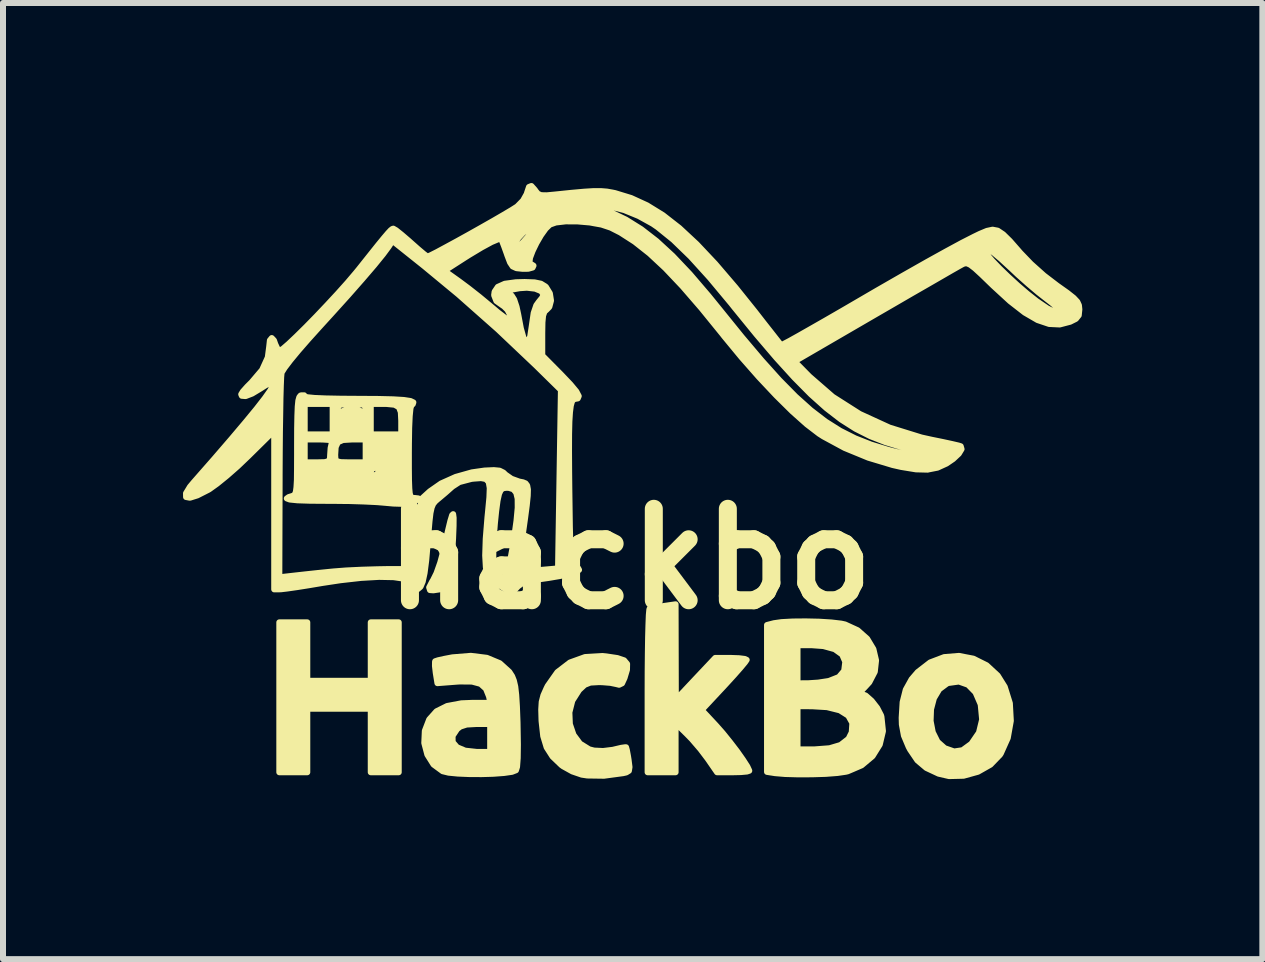
<source format=kicad_pcb>
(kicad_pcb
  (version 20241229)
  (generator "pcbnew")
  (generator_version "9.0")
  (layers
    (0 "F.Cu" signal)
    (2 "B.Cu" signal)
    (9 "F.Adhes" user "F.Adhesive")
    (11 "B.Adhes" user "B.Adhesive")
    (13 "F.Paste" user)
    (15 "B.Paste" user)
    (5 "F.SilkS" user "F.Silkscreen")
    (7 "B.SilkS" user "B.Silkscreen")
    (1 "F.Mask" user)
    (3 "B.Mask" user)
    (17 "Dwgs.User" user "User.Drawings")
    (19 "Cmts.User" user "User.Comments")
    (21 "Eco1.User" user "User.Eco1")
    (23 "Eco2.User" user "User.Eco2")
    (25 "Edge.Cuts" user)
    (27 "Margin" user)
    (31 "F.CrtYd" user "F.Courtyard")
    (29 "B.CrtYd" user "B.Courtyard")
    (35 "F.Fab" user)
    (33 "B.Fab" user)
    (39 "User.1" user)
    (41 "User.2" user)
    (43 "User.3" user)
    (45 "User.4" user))
  (footprint "hackbo"
    (layer "F.Cu")
    (at 7.447 6.264)
    (property "Reference" "hackbo" (at 0 0 0) (layer "F.SilkS") (effects (font (size 1.524 1.524) (thickness 0.3))))
    (attr through_hole)
    (fp_poly (pts (xy -2.937 -0.684) (xy -2.938 -0.548) (xy -2.946 -0.344) (xy -2.964 -0.047) (xy -2.989 0.176) (xy -3.024 0.334) (xy -3.072 0.437) (xy -3.136 0.494) (xy -3.175 0.509) (xy -3.274 0.524) (xy -3.331 0.52) (xy -3.345 0.476) (xy -3.295 0.378) (xy -3.28 0.355) (xy -3.223 0.24) (xy -3.161 0.065) (xy -3.105 -0.142) (xy -3.091 -0.203) (xy -3.033 -0.46) (xy -2.991 -0.634) (xy -2.962 -0.729) (xy -2.945 -0.745) (xy -2.937 -0.684)) (stroke (width 0.1) (type solid)) (fill yes) (layer "F.SilkS"))
    (fp_poly (pts (xy -3.852 3.556) (xy -4.085 3.556) (xy -4.318 3.556) (xy -4.318 3.027) (xy -4.318 2.498) (xy -4.847 2.498) (xy -5.376 2.498) (xy -5.376 3.027) (xy -5.376 3.556) (xy -5.609 3.556) (xy -5.842 3.556) (xy -5.842 2.307) (xy -5.842 1.058) (xy -5.609 1.058) (xy -5.376 1.058) (xy -5.376 1.545) (xy -5.376 2.032) (xy -4.847 2.032) (xy -4.318 2.032) (xy -4.318 1.545) (xy -4.318 1.058) (xy -4.085 1.058) (xy -3.852 1.058) (xy -3.852 2.307) (xy -3.852 3.556)) (stroke (width 0.1) (type solid)) (fill yes) (layer "F.SilkS"))
    (fp_poly (pts (xy 1.99 3.531) (xy 1.951 3.544) (xy 1.85 3.553) (xy 1.722 3.556) (xy 1.453 3.556) (xy 1.3 3.334) (xy 1.178 3.173) (xy 1.034 3.005) (xy 0.954 2.923) (xy 0.762 2.734) (xy 0.762 3.145) (xy 0.762 3.556) (xy 0.529 3.556) (xy 0.296 3.556) (xy 0.296 2.204) (xy 0.297 1.874) (xy 0.3 1.572) (xy 0.304 1.309) (xy 0.31 1.093) (xy 0.316 0.937) (xy 0.324 0.849) (xy 0.328 0.833) (xy 0.386 0.817) (xy 0.496 0.796) (xy 0.561 0.786) (xy 0.762 0.757) (xy 0.764 1.553) (xy 0.766 2.349) (xy 1.094 2) (xy 1.423 1.651) (xy 1.685 1.651) (xy 1.821 1.656) (xy 1.916 1.668) (xy 1.947 1.683) (xy 1.919 1.724) (xy 1.844 1.814) (xy 1.733 1.94) (xy 1.596 2.09) (xy 1.571 2.117) (xy 1.196 2.519) (xy 1.434 2.774) (xy 1.547 2.902) (xy 1.668 3.052) (xy 1.786 3.206) (xy 1.886 3.348) (xy 1.958 3.46) (xy 1.989 3.527) (xy 1.99 3.531)) (stroke (width 0.1) (type solid)) (fill yes) (layer "F.SilkS"))
    (fp_poly (pts (xy 6.349 2.699) (xy 6.298 2.985) (xy 6.183 3.242) (xy 6.168 3.265) (xy 6.01 3.429) (xy 5.871 3.508) (xy 5.871 2.678) (xy 5.848 2.435) (xy 5.843 2.416) (xy 5.76 2.224) (xy 5.637 2.098) (xy 5.484 2.044) (xy 5.31 2.068) (xy 5.285 2.077) (xy 5.156 2.173) (xy 5.067 2.323) (xy 5.019 2.506) (xy 5.012 2.702) (xy 5.048 2.889) (xy 5.127 3.048) (xy 5.247 3.155) (xy 5.404 3.21) (xy 5.544 3.189) (xy 5.684 3.087) (xy 5.693 3.079) (xy 5.818 2.896) (xy 5.871 2.678) (xy 5.871 3.508) (xy 5.8 3.548) (xy 5.562 3.614) (xy 5.32 3.62) (xy 5.146 3.58) (xy 4.941 3.484) (xy 4.792 3.358) (xy 4.67 3.178) (xy 4.646 3.133) (xy 4.567 2.945) (xy 4.533 2.76) (xy 4.53 2.649) (xy 4.546 2.387) (xy 4.598 2.181) (xy 4.695 2.006) (xy 4.797 1.887) (xy 5.005 1.726) (xy 5.239 1.637) (xy 5.484 1.617) (xy 5.724 1.663) (xy 5.945 1.773) (xy 6.13 1.944) (xy 6.248 2.133) (xy 6.333 2.406) (xy 6.349 2.699)) (stroke (width 0.1) (type solid)) (fill yes) (layer "F.SilkS"))
    (fp_poly (pts (xy -0.006 3.47) (xy -0.016 3.532) (xy -0.06 3.559) (xy -0.112 3.571) (xy -0.431 3.614) (xy -0.709 3.61) (xy -0.802 3.596) (xy -0.959 3.542) (xy -1.112 3.457) (xy -1.141 3.436) (xy -1.289 3.294) (xy -1.387 3.141) (xy -1.444 2.953) (xy -1.471 2.707) (xy -1.472 2.692) (xy -1.477 2.511) (xy -1.469 2.382) (xy -1.441 2.274) (xy -1.388 2.155) (xy -1.369 2.117) (xy -1.208 1.888) (xy -0.998 1.727) (xy -0.746 1.636) (xy -0.457 1.619) (xy -0.395 1.625) (xy -0.209 1.653) (xy -0.096 1.691) (xy -0.046 1.751) (xy -0.048 1.848) (xy -0.089 1.985) (xy -0.13 2.074) (xy -0.179 2.098) (xy -0.227 2.086) (xy -0.324 2.066) (xy -0.461 2.055) (xy -0.522 2.054) (xy -0.66 2.062) (xy -0.753 2.099) (xy -0.841 2.181) (xy -0.848 2.189) (xy -0.959 2.364) (xy -1.008 2.558) (xy -1 2.753) (xy -0.939 2.933) (xy -0.831 3.079) (xy -0.678 3.174) (xy -0.597 3.195) (xy -0.446 3.202) (xy -0.283 3.182) (xy -0.254 3.175) (xy -0.144 3.149) (xy -0.073 3.139) (xy -0.063 3.14) (xy -0.05 3.187) (xy -0.031 3.288) (xy -0.021 3.351) (xy -0.006 3.47)) (stroke (width 0.1) (type solid)) (fill yes) (layer "F.SilkS"))
    (fp_poly (pts (xy -1.866 3.095) (xy -1.869 3.321) (xy -1.88 3.465) (xy -1.898 3.523) (xy -1.965 3.549) (xy -2.097 3.568) (xy -2.273 3.581) (xy -2.328 3.583) (xy -2.328 3.217) (xy -2.328 2.985) (xy -2.328 2.752) (xy -2.561 2.752) (xy -2.721 2.761) (xy -2.826 2.795) (xy -2.879 2.836) (xy -2.955 2.951) (xy -2.953 3.055) (xy -2.881 3.139) (xy -2.746 3.196) (xy -2.555 3.217) (xy -2.552 3.217) (xy -2.328 3.217) (xy -2.328 3.583) (xy -2.474 3.587) (xy -2.679 3.586) (xy -2.868 3.578) (xy -3.021 3.563) (xy -3.119 3.539) (xy -3.121 3.538) (xy -3.272 3.427) (xy -3.375 3.263) (xy -3.426 3.069) (xy -3.417 2.866) (xy -3.344 2.676) (xy -3.343 2.675) (xy -3.222 2.54) (xy -3.045 2.452) (xy -2.806 2.407) (xy -2.632 2.4) (xy -2.323 2.399) (xy -2.348 2.29) (xy -2.399 2.163) (xy -2.488 2.083) (xy -2.629 2.045) (xy -2.833 2.043) (xy -2.884 2.046) (xy -3.207 2.071) (xy -3.235 1.898) (xy -3.248 1.786) (xy -3.247 1.715) (xy -3.244 1.706) (xy -3.196 1.69) (xy -3.088 1.666) (xy -2.957 1.641) (xy -2.65 1.616) (xy -2.384 1.649) (xy -2.168 1.739) (xy -2.009 1.883) (xy -1.962 1.956) (xy -1.933 2.029) (xy -1.91 2.128) (xy -1.894 2.268) (xy -1.882 2.463) (xy -1.872 2.725) (xy -1.871 2.787) (xy -1.866 3.095)) (stroke (width 0.1) (type solid)) (fill yes) (layer "F.SilkS"))
    (fp_poly (pts (xy 4.218 2.871) (xy 4.165 3.094) (xy 4.045 3.287) (xy 3.863 3.44) (xy 3.708 3.507) (xy 3.708 2.735) (xy 3.64 2.613) (xy 3.59 2.581) (xy 3.59 1.718) (xy 3.59 1.714) (xy 3.538 1.594) (xy 3.414 1.505) (xy 3.226 1.453) (xy 3.037 1.439) (xy 2.794 1.439) (xy 2.794 1.757) (xy 2.794 2.074) (xy 2.974 2.073) (xy 3.139 2.062) (xy 3.304 2.037) (xy 3.322 2.033) (xy 3.484 1.969) (xy 3.572 1.865) (xy 3.59 1.718) (xy 3.59 2.581) (xy 3.499 2.524) (xy 3.287 2.471) (xy 3.037 2.456) (xy 2.794 2.455) (xy 2.794 2.815) (xy 2.794 3.175) (xy 3.08 3.175) (xy 3.329 3.156) (xy 3.511 3.102) (xy 3.513 3.101) (xy 3.644 2.999) (xy 3.698 2.891) (xy 3.708 2.735) (xy 3.708 3.507) (xy 3.63 3.54) (xy 3.596 3.548) (xy 3.459 3.568) (xy 3.264 3.583) (xy 3.036 3.59) (xy 2.802 3.591) (xy 2.588 3.585) (xy 2.42 3.571) (xy 2.402 3.568) (xy 2.286 3.55) (xy 2.286 2.326) (xy 2.286 1.102) (xy 2.402 1.072) (xy 2.528 1.054) (xy 2.713 1.044) (xy 2.93 1.042) (xy 3.154 1.047) (xy 3.36 1.06) (xy 3.522 1.079) (xy 3.586 1.093) (xy 3.795 1.189) (xy 3.955 1.331) (xy 4.059 1.504) (xy 4.103 1.692) (xy 4.082 1.881) (xy 3.991 2.056) (xy 3.929 2.124) (xy 3.86 2.197) (xy 3.838 2.239) (xy 3.845 2.244) (xy 3.931 2.278) (xy 4.03 2.366) (xy 4.122 2.484) (xy 4.186 2.608) (xy 4.193 2.633) (xy 4.218 2.871)) (stroke (width 0.1) (type solid)) (fill yes) (layer "F.SilkS"))
    (fp_poly (pts (xy -3.527 -1.008) (xy -3.545 -0.984) (xy -3.556 -0.978) (xy -3.655 -0.936) (xy -3.776 -0.917) (xy -3.81 -0.918) (xy -3.81 -1.085) (xy -3.81 -1.452) (xy -3.81 -1.968) (xy -3.81 -2.074) (xy -3.81 -2.303) (xy -3.817 -2.445) (xy -3.848 -2.528) (xy -3.922 -2.569) (xy -4.056 -2.582) (xy -4.131 -2.582) (xy -4.318 -2.582) (xy -4.318 -2.328) (xy -4.318 -2.074) (xy -4.064 -2.074) (xy -3.81 -2.074) (xy -3.81 -1.968) (xy -3.831 -1.99) (xy -3.852 -1.968) (xy -3.831 -1.947) (xy -3.81 -1.968) (xy -3.81 -1.452) (xy -3.819 -1.479) (xy -3.819 -1.673) (xy -3.824 -1.679) (xy -3.849 -1.673) (xy -3.852 -1.651) (xy -3.837 -1.616) (xy -3.824 -1.623) (xy -3.819 -1.673) (xy -3.819 -1.479) (xy -3.824 -1.493) (xy -3.878 -1.515) (xy -3.99 -1.523) (xy -4.064 -1.524) (xy -4.204 -1.522) (xy -4.204 -1.62) (xy -4.228 -1.666) (xy -4.233 -1.672) (xy -4.266 -1.766) (xy -4.261 -1.863) (xy -4.255 -1.952) (xy -4.276 -1.99) (xy -4.277 -1.99) (xy -4.301 -1.952) (xy -4.316 -1.856) (xy -4.318 -1.799) (xy -4.311 -1.676) (xy -4.284 -1.619) (xy -4.249 -1.609) (xy -4.204 -1.62) (xy -4.204 -1.522) (xy -4.205 -1.522) (xy -4.281 -1.51) (xy -4.312 -1.479) (xy -4.318 -1.42) (xy -4.318 -1.409) (xy -4.318 -1.293) (xy -4.252 -1.388) (xy -4.152 -1.466) (xy -4.049 -1.482) (xy -3.937 -1.467) (xy -3.861 -1.431) (xy -3.861 -1.431) (xy -3.82 -1.406) (xy -3.81 -1.452) (xy -3.81 -1.085) (xy -3.825 -1.129) (xy -3.863 -1.11) (xy -3.945 -1.068) (xy -4.022 -1.047) (xy -4.07 -1.034) (xy -4.039 -1.026) (xy -3.969 -1.022) (xy -3.859 -1.027) (xy -3.814 -1.06) (xy -3.81 -1.085) (xy -3.81 -0.918) (xy -3.941 -0.922) (xy -4.085 -0.935) (xy -4.204 -0.945) (xy -4.204 -1.068) (xy -4.222 -1.112) (xy -4.237 -1.132) (xy -4.288 -1.199) (xy -4.306 -1.224) (xy -4.315 -1.203) (xy -4.318 -1.15) (xy -4.291 -1.074) (xy -4.249 -1.058) (xy -4.204 -1.068) (xy -4.204 -0.945) (xy -4.237 -0.947) (xy -4.403 -0.955) (xy -4.403 -1.127) (xy -4.403 -1.482) (xy -4.403 -1.609) (xy -4.403 -1.799) (xy -4.403 -1.99) (xy -4.403 -2.489) (xy -4.411 -2.543) (xy -4.449 -2.571) (xy -4.537 -2.581) (xy -4.636 -2.582) (xy -4.769 -2.579) (xy -4.839 -2.564) (xy -4.865 -2.529) (xy -4.868 -2.489) (xy -4.859 -2.427) (xy -4.824 -2.44) (xy -4.818 -2.447) (xy -4.741 -2.483) (xy -4.636 -2.498) (xy -4.526 -2.482) (xy -4.453 -2.447) (xy -4.415 -2.425) (xy -4.403 -2.477) (xy -4.403 -2.489) (xy -4.403 -1.99) (xy -4.403 -1.99) (xy -4.403 -2.148) (xy -4.417 -2.192) (xy -4.436 -2.18) (xy -4.496 -2.114) (xy -4.505 -2.106) (xy -4.506 -2.08) (xy -4.473 -2.074) (xy -4.414 -2.109) (xy -4.403 -2.148) (xy -4.403 -1.99) (xy -4.631 -1.99) (xy -4.781 -1.981) (xy -4.784 -1.98) (xy -4.784 -2.093) (xy -4.813 -2.129) (xy -4.826 -2.138) (xy -4.865 -2.134) (xy -4.868 -2.119) (xy -4.838 -2.076) (xy -4.826 -2.074) (xy -4.785 -2.089) (xy -4.784 -2.093) (xy -4.784 -1.98) (xy -4.866 -1.944) (xy -4.903 -1.862) (xy -4.911 -1.732) (xy -4.907 -1.664) (xy -4.883 -1.627) (xy -4.818 -1.612) (xy -4.694 -1.609) (xy -4.657 -1.609) (xy -4.403 -1.609) (xy -4.403 -1.482) (xy -4.435 -1.522) (xy -4.447 -1.524) (xy -4.473 -1.498) (xy -4.466 -1.482) (xy -4.428 -1.441) (xy -4.421 -1.439) (xy -4.403 -1.472) (xy -4.403 -1.482) (xy -4.403 -1.127) (xy -4.419 -1.171) (xy -4.456 -1.154) (xy -4.545 -1.1) (xy -4.572 -1.089) (xy -4.585 -1.071) (xy -4.523 -1.062) (xy -4.519 -1.062) (xy -4.427 -1.078) (xy -4.403 -1.127) (xy -4.403 -0.955) (xy -4.448 -0.957) (xy -4.673 -0.964) (xy -4.673 -1.076) (xy -4.734 -1.103) (xy -4.74 -1.105) (xy -4.831 -1.155) (xy -4.852 -1.175) (xy -4.852 -1.515) (xy -4.87 -1.524) (xy -4.906 -1.49) (xy -4.911 -1.46) (xy -4.902 -1.404) (xy -4.894 -1.397) (xy -4.867 -1.43) (xy -4.853 -1.46) (xy -4.852 -1.515) (xy -4.852 -1.175) (xy -4.877 -1.198) (xy -4.902 -1.209) (xy -4.91 -1.154) (xy -4.897 -1.087) (xy -4.839 -1.063) (xy -4.773 -1.061) (xy -4.684 -1.065) (xy -4.673 -1.076) (xy -4.673 -0.964) (xy -4.695 -0.964) (xy -4.952 -0.967) (xy -4.953 -0.967) (xy -4.953 -2.074) (xy -4.953 -2.328) (xy -4.953 -2.582) (xy -5.186 -2.582) (xy -5.419 -2.582) (xy -5.419 -2.328) (xy -5.419 -2.074) (xy -5.186 -2.074) (xy -4.953 -2.074) (xy -4.953 -0.967) (xy -4.968 -0.967) (xy -4.968 -1.961) (xy -5.011 -1.982) (xy -5.115 -1.989) (xy -5.181 -1.99) (xy -5.419 -1.99) (xy -5.419 -1.799) (xy -5.419 -1.609) (xy -5.207 -1.609) (xy -5.082 -1.612) (xy -5.019 -1.629) (xy -4.998 -1.673) (xy -4.995 -1.732) (xy -4.987 -1.847) (xy -4.97 -1.923) (xy -4.968 -1.961) (xy -4.968 -0.967) (xy -4.995 -0.967) (xy -4.995 -1.13) (xy -4.995 -1.482) (xy -5.028 -1.522) (xy -5.04 -1.524) (xy -5.065 -1.498) (xy -5.059 -1.482) (xy -5.021 -1.441) (xy -5.014 -1.439) (xy -4.996 -1.472) (xy -4.995 -1.482) (xy -4.995 -1.13) (xy -5.007 -1.177) (xy -5.046 -1.151) (xy -5.125 -1.112) (xy -5.207 -1.101) (xy -5.31 -1.119) (xy -5.341 -1.137) (xy -5.341 -1.497) (xy -5.348 -1.51) (xy -5.398 -1.515) (xy -5.405 -1.51) (xy -5.399 -1.485) (xy -5.376 -1.482) (xy -5.341 -1.497) (xy -5.341 -1.137) (xy -5.368 -1.151) (xy -5.409 -1.176) (xy -5.419 -1.13) (xy -5.402 -1.086) (xy -5.341 -1.064) (xy -5.215 -1.058) (xy -5.207 -1.058) (xy -5.078 -1.064) (xy -5.013 -1.085) (xy -4.995 -1.128) (xy -4.995 -1.13) (xy -4.995 -0.967) (xy -5.03 -0.967) (xy -5.326 -0.969) (xy -5.539 -0.976) (xy -5.668 -0.989) (xy -5.717 -1.007) (xy -5.685 -1.03) (xy -5.639 -1.044) (xy -5.607 -1.055) (xy -5.583 -1.075) (xy -5.566 -1.118) (xy -5.556 -1.193) (xy -5.549 -1.313) (xy -5.547 -1.488) (xy -5.546 -1.731) (xy -5.546 -1.884) (xy -5.545 -2.173) (xy -5.541 -2.387) (xy -5.535 -2.539) (xy -5.525 -2.638) (xy -5.509 -2.695) (xy -5.489 -2.721) (xy -5.482 -2.725) (xy -5.428 -2.726) (xy -5.419 -2.708) (xy -5.378 -2.694) (xy -5.259 -2.682) (xy -5.07 -2.674) (xy -4.817 -2.669) (xy -4.532 -2.667) (xy -4.2 -2.665) (xy -3.947 -2.659) (xy -3.767 -2.648) (xy -3.656 -2.631) (xy -3.608 -2.608) (xy -3.618 -2.578) (xy -3.64 -2.562) (xy -3.656 -2.51) (xy -3.669 -2.381) (xy -3.678 -2.183) (xy -3.682 -1.923) (xy -3.683 -1.776) (xy -3.683 -1.505) (xy -3.681 -1.308) (xy -3.676 -1.173) (xy -3.668 -1.087) (xy -3.653 -1.04) (xy -3.631 -1.02) (xy -3.6 -1.015) (xy -3.588 -1.015) (xy -3.527 -1.008)) (stroke (width 0.1) (type solid)) (fill yes) (layer "F.SilkS"))
    (fp_poly (pts (xy 7.491 -4.157) (xy 7.481 -4.06) (xy 7.433 -4) (xy 7.337 -3.952) (xy 7.166 -3.907) (xy 7.154 -3.907) (xy 7.154 -4.145) (xy 7.123 -4.188) (xy 7.039 -4.262) (xy 6.932 -4.345) (xy 6.806 -4.444) (xy 6.643 -4.582) (xy 6.47 -4.736) (xy 6.364 -4.836) (xy 6.187 -4.999) (xy 6.062 -5.104) (xy 5.981 -5.155) (xy 5.938 -5.156) (xy 5.927 -5.117) (xy 5.957 -5.063) (xy 6.039 -4.967) (xy 6.159 -4.842) (xy 6.305 -4.701) (xy 6.463 -4.556) (xy 6.62 -4.421) (xy 6.763 -4.308) (xy 6.777 -4.297) (xy 6.955 -4.176) (xy 7.077 -4.115) (xy 7.143 -4.114) (xy 7.154 -4.145) (xy 7.154 -3.907) (xy 6.988 -3.915) (xy 6.795 -3.98) (xy 6.58 -4.105) (xy 6.336 -4.295) (xy 6.055 -4.553) (xy 6.026 -4.581) (xy 5.865 -4.737) (xy 5.752 -4.841) (xy 5.674 -4.901) (xy 5.619 -4.926) (xy 5.574 -4.924) (xy 5.539 -4.908) (xy 5.481 -4.876) (xy 5.358 -4.806) (xy 5.18 -4.703) (xy 4.955 -4.573) (xy 4.692 -4.422) (xy 4.401 -4.253) (xy 4.092 -4.074) (xy 2.744 -3.291) (xy 2.991 -3.04) (xy 3.38 -2.702) (xy 3.829 -2.416) (xy 4.326 -2.188) (xy 4.858 -2.023) (xy 5.025 -1.986) (xy 5.212 -1.948) (xy 5.369 -1.914) (xy 5.476 -1.889) (xy 5.514 -1.877) (xy 5.528 -1.829) (xy 5.482 -1.753) (xy 5.387 -1.664) (xy 5.277 -1.589) (xy 5.126 -1.52) (xy 4.978 -1.491) (xy 4.978 -1.713) (xy 4.953 -1.733) (xy 4.885 -1.76) (xy 4.758 -1.8) (xy 4.595 -1.847) (xy 4.53 -1.864) (xy 4.26 -1.946) (xy 4.006 -2.046) (xy 3.762 -2.169) (xy 3.52 -2.323) (xy 3.275 -2.512) (xy 3.018 -2.742) (xy 2.743 -3.02) (xy 2.443 -3.35) (xy 2.111 -3.739) (xy 1.741 -4.193) (xy 1.692 -4.255) (xy 1.336 -4.682) (xy 1.015 -5.036) (xy 0.725 -5.317) (xy 0.464 -5.528) (xy 0.381 -5.585) (xy 0.148 -5.714) (xy -0.094 -5.813) (xy -0.318 -5.871) (xy -0.451 -5.883) (xy -0.505 -5.877) (xy -0.498 -5.858) (xy -0.423 -5.82) (xy -0.329 -5.78) (xy -0.068 -5.655) (xy 0.187 -5.496) (xy 0.444 -5.297) (xy 0.712 -5.05) (xy 0.999 -4.747) (xy 1.312 -4.381) (xy 1.501 -4.148) (xy 1.866 -3.697) (xy 2.193 -3.31) (xy 2.488 -2.982) (xy 2.759 -2.707) (xy 3.014 -2.478) (xy 3.26 -2.289) (xy 3.504 -2.135) (xy 3.754 -2.009) (xy 4.018 -1.905) (xy 4.302 -1.818) (xy 4.381 -1.797) (xy 4.579 -1.749) (xy 4.75 -1.716) (xy 4.881 -1.698) (xy 4.961 -1.696) (xy 4.978 -1.713) (xy 4.978 -1.491) (xy 4.963 -1.487) (xy 4.768 -1.492) (xy 4.523 -1.532) (xy 4.381 -1.564) (xy 3.975 -1.686) (xy 3.579 -1.849) (xy 3.226 -2.04) (xy 3.154 -2.086) (xy 2.949 -2.243) (xy 2.707 -2.459) (xy 2.439 -2.724) (xy 2.153 -3.028) (xy 1.861 -3.36) (xy 1.573 -3.709) (xy 1.545 -3.745) (xy 1.194 -4.177) (xy 0.879 -4.541) (xy 0.593 -4.843) (xy 0.329 -5.089) (xy 0.081 -5.285) (xy -0.157 -5.438) (xy -0.318 -5.52) (xy -0.471 -5.571) (xy -0.6 -5.594) (xy -0.6 -5.9) (xy -0.607 -5.913) (xy -0.657 -5.918) (xy -0.663 -5.913) (xy -0.657 -5.887) (xy -0.635 -5.884) (xy -0.6 -5.9) (xy -0.6 -5.594) (xy -0.664 -5.606) (xy -0.872 -5.624) (xy -1.07 -5.625) (xy -1.234 -5.606) (xy -1.333 -5.571) (xy -1.403 -5.503) (xy -1.481 -5.394) (xy -1.557 -5.263) (xy -1.609 -5.156) (xy -1.609 -5.503) (xy -1.634 -5.527) (xy -1.698 -5.5) (xy -1.782 -5.434) (xy -1.859 -5.35) (xy -1.936 -5.234) (xy -1.95 -5.171) (xy -1.91 -5.169) (xy -1.822 -5.234) (xy -1.777 -5.279) (xy -1.686 -5.384) (xy -1.624 -5.467) (xy -1.609 -5.503) (xy -1.609 -5.156) (xy -1.621 -5.131) (xy -1.664 -5.017) (xy -1.674 -4.941) (xy -1.662 -4.922) (xy -1.606 -4.887) (xy -1.621 -4.855) (xy -1.694 -4.835) (xy -1.788 -4.834) (xy -1.89 -4.845) (xy -1.953 -4.874) (xy -1.997 -4.94) (xy -2.044 -5.064) (xy -2.049 -5.08) (xy -2.095 -5.208) (xy -2.13 -5.299) (xy -2.144 -5.329) (xy -2.194 -5.327) (xy -2.306 -5.28) (xy -2.47 -5.191) (xy -2.68 -5.065) (xy -2.745 -5.024) (xy -3.092 -4.801) (xy -2.848 -4.627) (xy -2.691 -4.51) (xy -2.509 -4.367) (xy -2.339 -4.226) (xy -2.328 -4.217) (xy -2.2 -4.109) (xy -2.094 -4.028) (xy -2.029 -3.984) (xy -2.018 -3.98) (xy -1.988 -4.008) (xy -1.999 -4.074) (xy -2.04 -4.151) (xy -2.1 -4.211) (xy -2.112 -4.218) (xy -2.225 -4.298) (xy -2.262 -4.394) (xy -2.254 -4.453) (xy -2.2 -4.533) (xy -2.084 -4.585) (xy -1.899 -4.61) (xy -1.754 -4.614) (xy -1.588 -4.608) (xy -1.482 -4.586) (xy -1.409 -4.541) (xy -1.397 -4.53) (xy -1.333 -4.425) (xy -1.314 -4.304) (xy -1.342 -4.199) (xy -1.386 -4.154) (xy -1.424 -4.119) (xy -1.439 -4.074) (xy -1.439 -4.404) (xy -1.477 -4.462) (xy -1.577 -4.503) (xy -1.715 -4.519) (xy -1.838 -4.511) (xy -1.969 -4.487) (xy -2.023 -4.459) (xy -2.009 -4.42) (xy -1.968 -4.386) (xy -1.928 -4.322) (xy -1.888 -4.201) (xy -1.861 -4.075) (xy -1.817 -3.843) (xy -1.774 -3.689) (xy -1.732 -3.614) (xy -1.694 -3.62) (xy -1.661 -3.707) (xy -1.635 -3.877) (xy -1.632 -3.898) (xy -1.603 -4.097) (xy -1.559 -4.226) (xy -1.521 -4.279) (xy -1.46 -4.354) (xy -1.439 -4.404) (xy -1.439 -4.074) (xy -1.446 -4.055) (xy -1.457 -3.942) (xy -1.46 -3.764) (xy -1.46 -3.751) (xy -1.46 -3.389) (xy -1.154 -3.08) (xy -0.992 -2.91) (xy -0.892 -2.79) (xy -0.852 -2.713) (xy -0.868 -2.674) (xy -0.908 -2.667) (xy -0.94 -2.657) (xy -0.965 -2.622) (xy -0.984 -2.554) (xy -0.998 -2.446) (xy -1.008 -2.289) (xy -1.013 -2.076) (xy -1.014 -1.8) (xy -1.012 -1.451) (xy -1.009 -1.167) (xy -1.004 -0.812) (xy -1 -0.531) (xy -0.994 -0.317) (xy -0.987 -0.159) (xy -0.977 -0.048) (xy -0.965 0.026) (xy -0.949 0.071) (xy -0.928 0.097) (xy -0.921 0.103) (xy -0.861 0.157) (xy -0.847 0.183) (xy -0.886 0.212) (xy -0.994 0.247) (xy -1.149 0.282) (xy -1.149 -2.815) (xy -1.559 -3.218) (xy -2.195 -3.821) (xy -2.857 -4.407) (xy -3.425 -4.877) (xy -3.956 -5.301) (xy -4.02 -5.203) (xy -4.113 -5.077) (xy -4.26 -4.896) (xy -4.457 -4.666) (xy -4.697 -4.393) (xy -4.976 -4.084) (xy -5.179 -3.861) (xy -5.362 -3.658) (xy -5.525 -3.471) (xy -5.659 -3.309) (xy -5.754 -3.184) (xy -5.802 -3.107) (xy -5.805 -3.097) (xy -5.811 -3.031) (xy -5.817 -2.889) (xy -5.823 -2.683) (xy -5.827 -2.422) (xy -5.832 -2.117) (xy -5.835 -1.776) (xy -5.837 -1.41) (xy -5.837 -1.339) (xy -5.842 0.307) (xy -5.577 0.277) (xy -5.406 0.258) (xy -5.192 0.235) (xy -4.974 0.213) (xy -4.932 0.209) (xy -4.725 0.193) (xy -4.472 0.181) (xy -4.208 0.173) (xy -4.039 0.17) (xy -3.526 0.169) (xy -3.502 -0.412) (xy -3.478 -0.994) (xy -3.333 -1.126) (xy -3.145 -1.257) (xy -2.902 -1.366) (xy -2.632 -1.442) (xy -2.421 -1.472) (xy -2.267 -1.479) (xy -2.171 -1.47) (xy -2.107 -1.438) (xy -2.072 -1.404) (xy -1.973 -1.335) (xy -1.846 -1.289) (xy -1.842 -1.288) (xy -1.781 -1.276) (xy -1.738 -1.258) (xy -1.711 -1.222) (xy -1.699 -1.156) (xy -1.702 -1.051) (xy -1.718 -0.894) (xy -1.747 -0.673) (xy -1.78 -0.439) (xy -1.81 -0.221) (xy -1.832 -0.033) (xy -1.846 0.107) (xy -1.85 0.186) (xy -1.849 0.198) (xy -1.8 0.203) (xy -1.69 0.2) (xy -1.541 0.19) (xy -1.514 0.187) (xy -1.197 0.159) (xy -1.173 -1.328) (xy -1.149 -2.815) (xy -1.149 0.282) (xy -1.156 0.284) (xy -1.355 0.318) (xy -1.489 0.337) (xy -1.674 0.367) (xy -1.793 0.405) (xy -1.865 0.458) (xy -1.869 0.463) (xy -1.869 0.463) (xy -1.869 -0.851) (xy -1.87 -1.004) (xy -1.894 -1.103) (xy -1.941 -1.16) (xy -2.014 -1.183) (xy -2.057 -1.185) (xy -2.111 -1.178) (xy -2.15 -1.149) (xy -2.18 -1.085) (xy -2.205 -0.972) (xy -2.228 -0.799) (xy -2.249 -0.596) (xy -2.274 -0.277) (xy -2.276 -0.034) (xy -2.254 0.14) (xy -2.208 0.251) (xy -2.174 0.285) (xy -2.116 0.316) (xy -2.077 0.288) (xy -2.045 0.221) (xy -2.018 0.128) (xy -1.985 -0.024) (xy -1.95 -0.213) (xy -1.929 -0.348) (xy -1.889 -0.636) (xy -1.869 -0.851) (xy -1.869 0.463) (xy -1.929 0.526) (xy -1.985 0.543) (xy -2.063 0.512) (xy -2.169 0.444) (xy -2.277 0.36) (xy -2.355 0.278) (xy -2.37 0.256) (xy -2.4 0.14) (xy -2.411 -0.056) (xy -2.402 -0.334) (xy -2.373 -0.693) (xy -2.363 -0.792) (xy -2.341 -1.023) (xy -2.335 -1.181) (xy -2.352 -1.28) (xy -2.399 -1.331) (xy -2.48 -1.346) (xy -2.603 -1.337) (xy -2.64 -1.333) (xy -2.842 -1.28) (xy -2.958 -1.205) (xy -3.072 -1.104) (xy -3.193 -1.002) (xy -3.195 -1.001) (xy -3.243 -0.959) (xy -3.278 -0.916) (xy -3.303 -0.856) (xy -3.323 -0.765) (xy -3.339 -0.628) (xy -3.356 -0.432) (xy -3.369 -0.259) (xy -3.394 0.026) (xy -3.421 0.235) (xy -3.452 0.379) (xy -3.489 0.465) (xy -3.535 0.504) (xy -3.561 0.508) (xy -3.595 0.474) (xy -3.598 0.451) (xy -3.638 0.381) (xy -3.753 0.332) (xy -3.936 0.305) (xy -4.18 0.3) (xy -4.479 0.317) (xy -4.825 0.356) (xy -5.122 0.401) (xy -5.348 0.439) (xy -5.55 0.471) (xy -5.71 0.494) (xy -5.812 0.506) (xy -5.831 0.507) (xy -5.927 0.508) (xy -5.927 -0.816) (xy -5.927 -2.139) (xy -6.361 -1.711) (xy -6.538 -1.542) (xy -6.718 -1.384) (xy -6.881 -1.252) (xy -7.008 -1.161) (xy -7.027 -1.15) (xy -7.208 -1.058) (xy -7.332 -1.019) (xy -7.396 -1.031) (xy -7.397 -1.093) (xy -7.331 -1.202) (xy -7.269 -1.276) (xy -6.926 -1.667) (xy -6.639 -2) (xy -6.405 -2.277) (xy -6.22 -2.502) (xy -6.084 -2.677) (xy -5.992 -2.807) (xy -5.944 -2.894) (xy -5.935 -2.941) (xy -5.939 -2.947) (xy -5.984 -2.939) (xy -6.074 -2.891) (xy -6.154 -2.84) (xy -6.295 -2.755) (xy -6.404 -2.713) (xy -6.467 -2.718) (xy -6.477 -2.743) (xy -6.449 -2.789) (xy -6.376 -2.871) (xy -6.303 -2.944) (xy -6.129 -3.149) (xy -6.034 -3.358) (xy -6.011 -3.533) (xy -5.999 -3.642) (xy -5.968 -3.68) (xy -5.931 -3.641) (xy -5.909 -3.577) (xy -5.872 -3.498) (xy -5.832 -3.471) (xy -5.782 -3.501) (xy -5.686 -3.584) (xy -5.554 -3.709) (xy -5.395 -3.866) (xy -5.221 -4.044) (xy -5.041 -4.234) (xy -4.865 -4.424) (xy -4.703 -4.605) (xy -4.567 -4.765) (xy -4.517 -4.826) (xy -4.334 -5.056) (xy -4.197 -5.228) (xy -4.097 -5.35) (xy -4.029 -5.43) (xy -3.985 -5.477) (xy -3.957 -5.499) (xy -3.942 -5.503) (xy -3.897 -5.477) (xy -3.808 -5.406) (xy -3.69 -5.305) (xy -3.652 -5.271) (xy -3.53 -5.163) (xy -3.434 -5.082) (xy -3.378 -5.04) (xy -3.372 -5.038) (xy -3.324 -5.058) (xy -3.217 -5.112) (xy -3.065 -5.194) (xy -2.881 -5.294) (xy -2.679 -5.406) (xy -2.473 -5.522) (xy -2.276 -5.634) (xy -2.104 -5.734) (xy -1.969 -5.814) (xy -1.886 -5.867) (xy -1.876 -5.874) (xy -1.78 -5.972) (xy -1.718 -6.083) (xy -1.714 -6.099) (xy -1.681 -6.198) (xy -1.641 -6.214) (xy -1.583 -6.149) (xy -1.573 -6.133) (xy -1.533 -6.084) (xy -1.479 -6.061) (xy -1.385 -6.059) (xy -1.256 -6.071) (xy -0.975 -6.1) (xy -0.763 -6.119) (xy -0.604 -6.129) (xy -0.482 -6.129) (xy -0.382 -6.121) (xy -0.287 -6.104) (xy -0.248 -6.096) (xy 0.02 -6.014) (xy 0.284 -5.893) (xy 0.55 -5.729) (xy 0.824 -5.515) (xy 1.113 -5.246) (xy 1.423 -4.917) (xy 1.76 -4.523) (xy 2.077 -4.128) (xy 2.221 -3.943) (xy 2.347 -3.783) (xy 2.444 -3.659) (xy 2.505 -3.582) (xy 2.521 -3.562) (xy 2.559 -3.579) (xy 2.662 -3.633) (xy 2.818 -3.72) (xy 3.02 -3.835) (xy 3.258 -3.971) (xy 3.523 -4.124) (xy 3.585 -4.16) (xy 4.108 -4.465) (xy 4.562 -4.726) (xy 4.95 -4.946) (xy 5.273 -5.125) (xy 5.535 -5.267) (xy 5.739 -5.371) (xy 5.834 -5.417) (xy 5.951 -5.466) (xy 6.045 -5.486) (xy 6.13 -5.47) (xy 6.221 -5.409) (xy 6.333 -5.299) (xy 6.481 -5.13) (xy 6.506 -5.101) (xy 6.684 -4.916) (xy 6.901 -4.722) (xy 7.122 -4.553) (xy 7.125 -4.551) (xy 7.29 -4.434) (xy 7.396 -4.35) (xy 7.457 -4.285) (xy 7.484 -4.226) (xy 7.491 -4.159) (xy 7.491 -4.157)) (stroke (width 0.1) (type solid)) (fill yes) (layer "F.SilkS")))
  (gr_rect
    (start -3 -3)
    (end 17.988 12.934)
    (stroke (width 0.1) (type default))
    (fill no)
    (layer "Edge.Cuts")))
</source>
